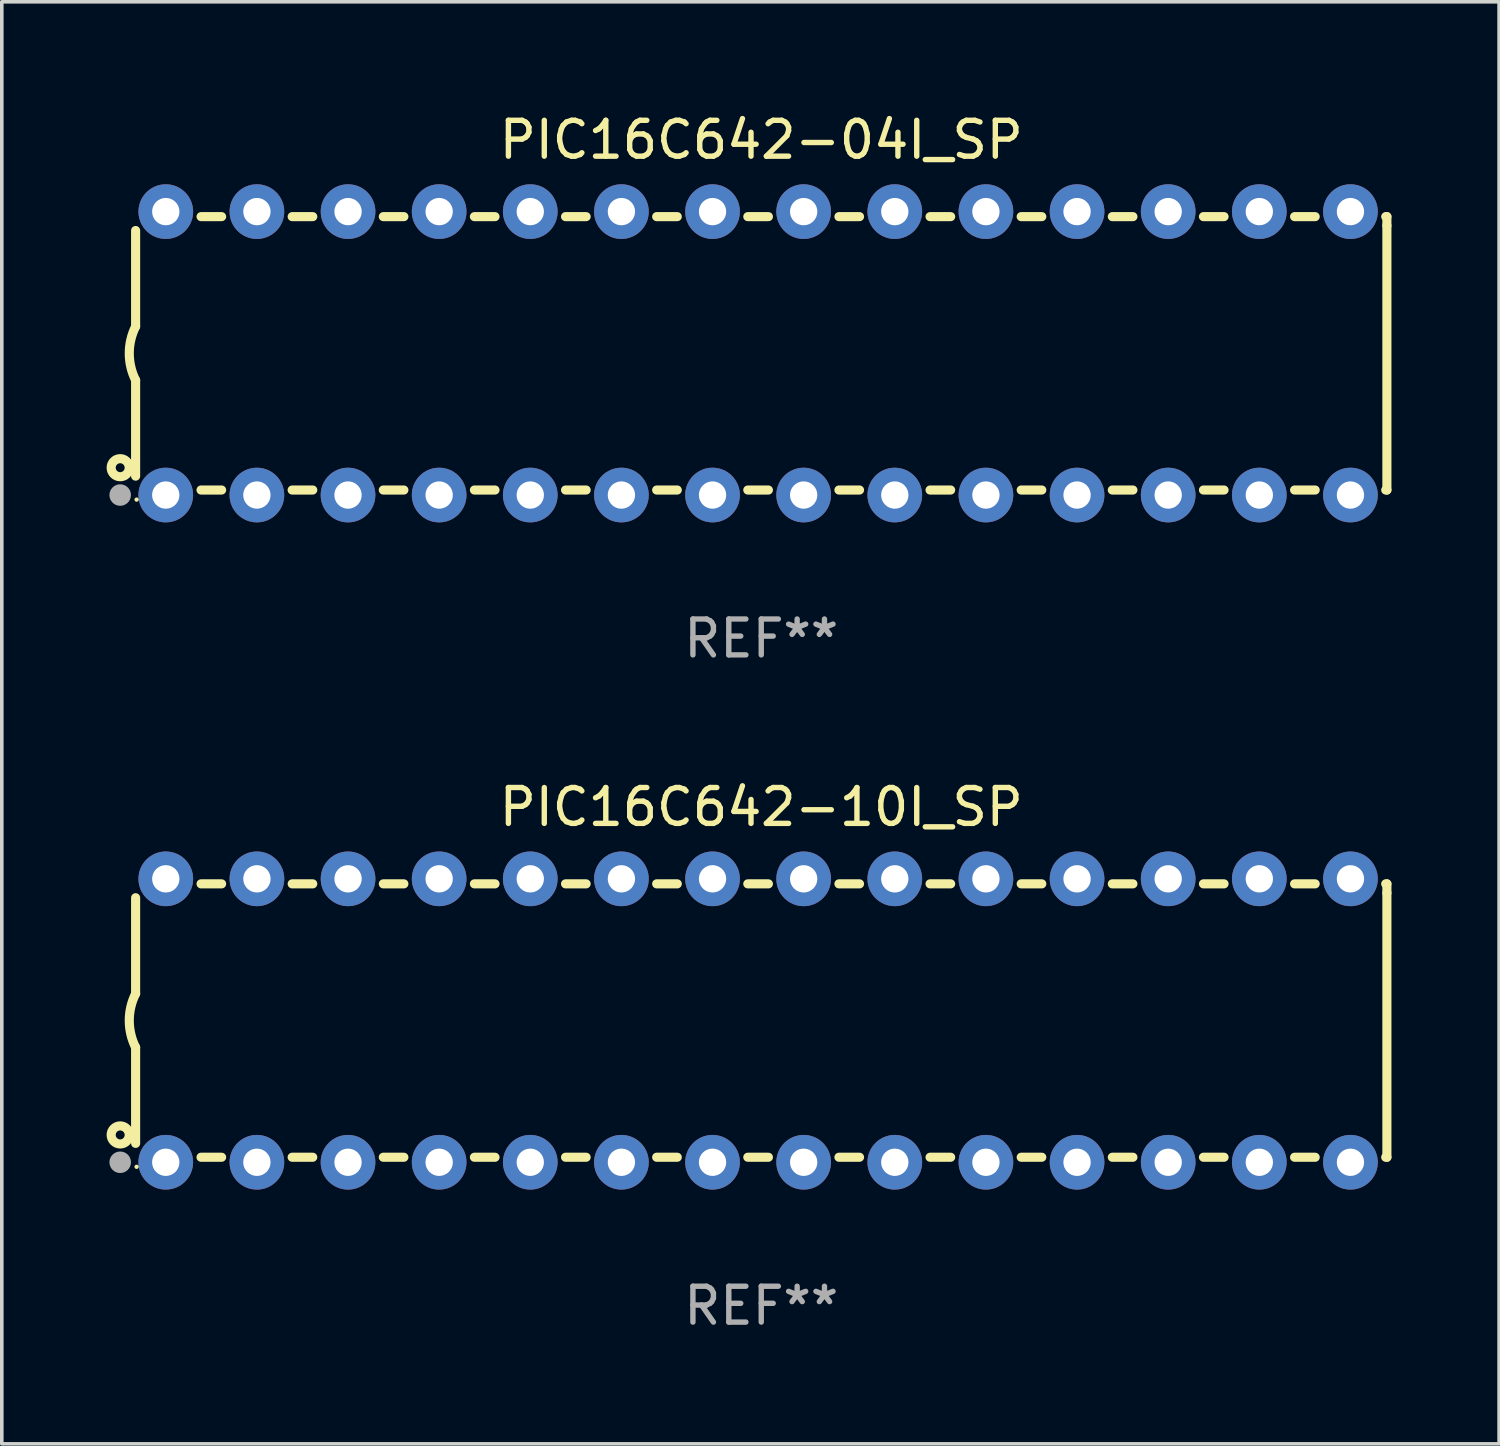
<source format=kicad_pcb>
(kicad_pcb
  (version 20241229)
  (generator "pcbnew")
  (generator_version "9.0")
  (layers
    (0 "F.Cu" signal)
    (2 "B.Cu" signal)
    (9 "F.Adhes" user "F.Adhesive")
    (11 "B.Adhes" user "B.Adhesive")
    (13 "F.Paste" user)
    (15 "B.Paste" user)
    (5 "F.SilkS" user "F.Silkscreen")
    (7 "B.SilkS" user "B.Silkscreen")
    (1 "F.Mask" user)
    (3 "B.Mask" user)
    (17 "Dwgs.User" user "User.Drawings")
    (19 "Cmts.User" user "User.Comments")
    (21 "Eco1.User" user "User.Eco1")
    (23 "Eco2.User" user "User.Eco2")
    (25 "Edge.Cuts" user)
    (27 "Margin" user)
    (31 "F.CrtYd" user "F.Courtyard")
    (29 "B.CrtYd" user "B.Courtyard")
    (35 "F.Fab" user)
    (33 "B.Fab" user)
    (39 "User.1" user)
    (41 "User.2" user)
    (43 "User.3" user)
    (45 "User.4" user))
  (footprint "PIC16C642-10I_SP"
    (layer "F.Cu")
    (at 18.168 25.395)
    (property "Reference" "PIC16C642-10I_SP" (at 0 -5.95 0) (layer "F.SilkS") (effects (font (size 1 1) (thickness 0.15))))
    (attr through_hole)
    (fp_line (start -17.438 0.75) (end -17.438 3.423) (stroke (width 0.254) (type solid)) (layer "F.SilkS"))
    (fp_line (start -17.438 -3.423) (end -17.438 -0.75) (stroke (width 0.254) (type solid)) (layer "F.SilkS"))
    (fp_line (start -15.615 3.81) (end -15.041 3.81) (stroke (width 0.254) (type solid)) (layer "F.SilkS"))
    (fp_line (start -15.041 -3.81) (end -15.614 -3.81) (stroke (width 0.254) (type solid)) (layer "F.SilkS"))
    (fp_line (start -13.075 3.81) (end -12.501 3.81) (stroke (width 0.254) (type solid)) (layer "F.SilkS"))
    (fp_line (start -12.501 -3.81) (end -13.074 -3.81) (stroke (width 0.254) (type solid)) (layer "F.SilkS"))
    (fp_line (start -10.535 3.81) (end -9.961 3.81) (stroke (width 0.254) (type solid)) (layer "F.SilkS"))
    (fp_line (start -9.961 -3.81) (end -10.534 -3.81) (stroke (width 0.254) (type solid)) (layer "F.SilkS"))
    (fp_line (start -7.995 3.81) (end -7.421 3.81) (stroke (width 0.254) (type solid)) (layer "F.SilkS"))
    (fp_line (start -7.421 -3.81) (end -7.995 -3.81) (stroke (width 0.254) (type solid)) (layer "F.SilkS"))
    (fp_line (start -5.455 3.81) (end -4.881 3.81) (stroke (width 0.254) (type solid)) (layer "F.SilkS"))
    (fp_line (start -4.881 -3.81) (end -5.455 -3.81) (stroke (width 0.254) (type solid)) (layer "F.SilkS"))
    (fp_line (start -2.915 3.81) (end -2.341 3.81) (stroke (width 0.254) (type solid)) (layer "F.SilkS"))
    (fp_line (start -2.341 -3.81) (end -2.915 -3.81) (stroke (width 0.254) (type solid)) (layer "F.SilkS"))
    (fp_line (start -0.375 3.81) (end 0.199 3.81) (stroke (width 0.254) (type solid)) (layer "F.SilkS"))
    (fp_line (start 0.199 -3.81) (end -0.375 -3.81) (stroke (width 0.254) (type solid)) (layer "F.SilkS"))
    (fp_line (start 2.165 3.81) (end 2.739 3.81) (stroke (width 0.254) (type solid)) (layer "F.SilkS"))
    (fp_line (start 2.739 -3.81) (end 2.165 -3.81) (stroke (width 0.254) (type solid)) (layer "F.SilkS"))
    (fp_line (start 4.705 3.81) (end 5.279 3.81) (stroke (width 0.254) (type solid)) (layer "F.SilkS"))
    (fp_line (start 5.279 -3.81) (end 4.705 -3.81) (stroke (width 0.254) (type solid)) (layer "F.SilkS"))
    (fp_line (start 7.245 3.81) (end 7.819 3.81) (stroke (width 0.254) (type solid)) (layer "F.SilkS"))
    (fp_line (start 7.819 -3.81) (end 7.245 -3.81) (stroke (width 0.254) (type solid)) (layer "F.SilkS"))
    (fp_line (start 9.785 3.81) (end 10.359 3.81) (stroke (width 0.254) (type solid)) (layer "F.SilkS"))
    (fp_line (start 10.359 -3.81) (end 9.785 -3.81) (stroke (width 0.254) (type solid)) (layer "F.SilkS"))
    (fp_line (start 12.325 3.81) (end 12.899 3.81) (stroke (width 0.254) (type solid)) (layer "F.SilkS"))
    (fp_line (start 12.899 -3.81) (end 12.325 -3.81) (stroke (width 0.254) (type solid)) (layer "F.SilkS"))
    (fp_line (start 14.865 3.81) (end 15.439 3.81) (stroke (width 0.254) (type solid)) (layer "F.SilkS"))
    (fp_line (start 15.439 -3.81) (end 14.865 -3.81) (stroke (width 0.254) (type solid)) (layer "F.SilkS"))
    (fp_line (start 17.405 3.81) (end 17.438 3.81) (stroke (width 0.254) (type solid)) (layer "F.SilkS"))
    (fp_line (start 17.438 -3.81) (end 17.405 -3.81) (stroke (width 0.254) (type solid)) (layer "F.SilkS"))
    (fp_line (start 17.438 -3.556) (end 17.438 -3.81) (stroke (width 0.254) (type solid)) (layer "F.SilkS"))
    (fp_line (start 17.438 3.81) (end 17.438 -3.556) (stroke (width 0.254) (type solid)) (layer "F.SilkS"))
    (fp_arc (start -17.437986 0.749657) (mid -17.614887 -0.000024) (end -17.437783 -0.749657) (stroke (width 0.254001) (type solid)) (layer "F.SilkS"))
    (fp_circle (center -17.868 3.188) (end -17.743 3.188) (stroke (width 0.254) (type solid)) (fill no) (layer "F.SilkS"))
    (fp_circle (center -17.411 4.077) (end -17.381 4.077) (stroke (width 0.06) (type solid)) (fill no) (layer "F.SilkS"))
    (fp_circle (center -17.868 3.95) (end -17.718 3.95) (stroke (width 0.3) (type solid)) (fill no) (layer "F.Fab"))
    (fp_text user "REF**" (at 0 7.95 0) (layer "F.Fab") (effects (font (size 1 1) (thickness 0.15))))
    (pad "1" thru_hole circle (at -16.598 3.95) (size 1.524 1.524) (drill 0.762) (layers "*.Cu" "*.Mask"))
    (pad "2" thru_hole circle (at -14.058 3.95) (size 1.524 1.524) (drill 0.762) (layers "*.Cu" "*.Mask"))
    (pad "3" thru_hole circle (at -11.518 3.95) (size 1.524 1.524) (drill 0.762) (layers "*.Cu" "*.Mask"))
    (pad "4" thru_hole circle (at -8.978 3.95) (size 1.524 1.524) (drill 0.762) (layers "*.Cu" "*.Mask"))
    (pad "5" thru_hole circle (at -6.438 3.95) (size 1.524 1.524) (drill 0.762) (layers "*.Cu" "*.Mask"))
    (pad "6" thru_hole circle (at -3.898 3.95) (size 1.524 1.524) (drill 0.762) (layers "*.Cu" "*.Mask"))
    (pad "7" thru_hole circle (at -1.358 3.95) (size 1.524 1.524) (drill 0.762) (layers "*.Cu" "*.Mask"))
    (pad "8" thru_hole circle (at 1.182 3.95) (size 1.524 1.524) (drill 0.762) (layers "*.Cu" "*.Mask"))
    (pad "9" thru_hole circle (at 3.722 3.95) (size 1.524 1.524) (drill 0.762) (layers "*.Cu" "*.Mask"))
    (pad "10" thru_hole circle (at 6.262 3.95) (size 1.524 1.524) (drill 0.762) (layers "*.Cu" "*.Mask"))
    (pad "11" thru_hole circle (at 8.802 3.95) (size 1.524 1.524) (drill 0.762) (layers "*.Cu" "*.Mask"))
    (pad "12" thru_hole circle (at 11.342 3.95) (size 1.524 1.524) (drill 0.762) (layers "*.Cu" "*.Mask"))
    (pad "13" thru_hole circle (at 13.882 3.95) (size 1.524 1.524) (drill 0.762) (layers "*.Cu" "*.Mask"))
    (pad "14" thru_hole circle (at 16.422 3.95) (size 1.524 1.524) (drill 0.762) (layers "*.Cu" "*.Mask"))
    (pad "15" thru_hole circle (at 16.422 -3.95) (size 1.524 1.524) (drill 0.762) (layers "*.Cu" "*.Mask"))
    (pad "16" thru_hole circle (at 13.882 -3.95) (size 1.524 1.524) (drill 0.762) (layers "*.Cu" "*.Mask"))
    (pad "17" thru_hole circle (at 11.342 -3.95) (size 1.524 1.524) (drill 0.762) (layers "*.Cu" "*.Mask"))
    (pad "18" thru_hole circle (at 8.802 -3.95) (size 1.524 1.524) (drill 0.762) (layers "*.Cu" "*.Mask"))
    (pad "19" thru_hole circle (at 6.262 -3.95) (size 1.524 1.524) (drill 0.762) (layers "*.Cu" "*.Mask"))
    (pad "20" thru_hole circle (at 3.722 -3.95) (size 1.524 1.524) (drill 0.762) (layers "*.Cu" "*.Mask"))
    (pad "21" thru_hole circle (at 1.182 -3.95) (size 1.524 1.524) (drill 0.762) (layers "*.Cu" "*.Mask"))
    (pad "22" thru_hole circle (at -1.358 -3.95) (size 1.524 1.524) (drill 0.762) (layers "*.Cu" "*.Mask"))
    (pad "23" thru_hole circle (at -3.898 -3.95) (size 1.524 1.524) (drill 0.762) (layers "*.Cu" "*.Mask"))
    (pad "24" thru_hole circle (at -6.438 -3.95) (size 1.524 1.524) (drill 0.762) (layers "*.Cu" "*.Mask"))
    (pad "25" thru_hole circle (at -8.978 -3.95) (size 1.524 1.524) (drill 0.762) (layers "*.Cu" "*.Mask"))
    (pad "26" thru_hole circle (at -11.517 -3.95) (size 1.524 1.524) (drill 0.762) (layers "*.Cu" "*.Mask"))
    (pad "27" thru_hole circle (at -14.057 -3.95) (size 1.524 1.524) (drill 0.762) (layers "*.Cu" "*.Mask"))
    (pad "28" thru_hole circle (at -16.597 -3.95) (size 1.524 1.524) (drill 0.762) (layers "*.Cu" "*.Mask")))
  (footprint "PIC16C642-04I_SP"
    (layer "F.Cu")
    (at 18.168 6.798)
    (property "Reference" "PIC16C642-04I_SP" (at 0 -5.95 0) (layer "F.SilkS") (effects (font (size 1 1) (thickness 0.15))))
    (attr through_hole)
    (fp_line (start -17.438 0.75) (end -17.438 3.423) (stroke (width 0.254) (type solid)) (layer "F.SilkS"))
    (fp_line (start -17.438 -3.423) (end -17.438 -0.75) (stroke (width 0.254) (type solid)) (layer "F.SilkS"))
    (fp_line (start -15.615 3.81) (end -15.041 3.81) (stroke (width 0.254) (type solid)) (layer "F.SilkS"))
    (fp_line (start -15.041 -3.81) (end -15.614 -3.81) (stroke (width 0.254) (type solid)) (layer "F.SilkS"))
    (fp_line (start -13.075 3.81) (end -12.501 3.81) (stroke (width 0.254) (type solid)) (layer "F.SilkS"))
    (fp_line (start -12.501 -3.81) (end -13.074 -3.81) (stroke (width 0.254) (type solid)) (layer "F.SilkS"))
    (fp_line (start -10.535 3.81) (end -9.961 3.81) (stroke (width 0.254) (type solid)) (layer "F.SilkS"))
    (fp_line (start -9.961 -3.81) (end -10.534 -3.81) (stroke (width 0.254) (type solid)) (layer "F.SilkS"))
    (fp_line (start -7.995 3.81) (end -7.421 3.81) (stroke (width 0.254) (type solid)) (layer "F.SilkS"))
    (fp_line (start -7.421 -3.81) (end -7.995 -3.81) (stroke (width 0.254) (type solid)) (layer "F.SilkS"))
    (fp_line (start -5.455 3.81) (end -4.881 3.81) (stroke (width 0.254) (type solid)) (layer "F.SilkS"))
    (fp_line (start -4.881 -3.81) (end -5.455 -3.81) (stroke (width 0.254) (type solid)) (layer "F.SilkS"))
    (fp_line (start -2.915 3.81) (end -2.341 3.81) (stroke (width 0.254) (type solid)) (layer "F.SilkS"))
    (fp_line (start -2.341 -3.81) (end -2.915 -3.81) (stroke (width 0.254) (type solid)) (layer "F.SilkS"))
    (fp_line (start -0.375 3.81) (end 0.199 3.81) (stroke (width 0.254) (type solid)) (layer "F.SilkS"))
    (fp_line (start 0.199 -3.81) (end -0.375 -3.81) (stroke (width 0.254) (type solid)) (layer "F.SilkS"))
    (fp_line (start 2.165 3.81) (end 2.739 3.81) (stroke (width 0.254) (type solid)) (layer "F.SilkS"))
    (fp_line (start 2.739 -3.81) (end 2.165 -3.81) (stroke (width 0.254) (type solid)) (layer "F.SilkS"))
    (fp_line (start 4.705 3.81) (end 5.279 3.81) (stroke (width 0.254) (type solid)) (layer "F.SilkS"))
    (fp_line (start 5.279 -3.81) (end 4.705 -3.81) (stroke (width 0.254) (type solid)) (layer "F.SilkS"))
    (fp_line (start 7.245 3.81) (end 7.819 3.81) (stroke (width 0.254) (type solid)) (layer "F.SilkS"))
    (fp_line (start 7.819 -3.81) (end 7.245 -3.81) (stroke (width 0.254) (type solid)) (layer "F.SilkS"))
    (fp_line (start 9.785 3.81) (end 10.359 3.81) (stroke (width 0.254) (type solid)) (layer "F.SilkS"))
    (fp_line (start 10.359 -3.81) (end 9.785 -3.81) (stroke (width 0.254) (type solid)) (layer "F.SilkS"))
    (fp_line (start 12.325 3.81) (end 12.899 3.81) (stroke (width 0.254) (type solid)) (layer "F.SilkS"))
    (fp_line (start 12.899 -3.81) (end 12.325 -3.81) (stroke (width 0.254) (type solid)) (layer "F.SilkS"))
    (fp_line (start 14.865 3.81) (end 15.439 3.81) (stroke (width 0.254) (type solid)) (layer "F.SilkS"))
    (fp_line (start 15.439 -3.81) (end 14.865 -3.81) (stroke (width 0.254) (type solid)) (layer "F.SilkS"))
    (fp_line (start 17.405 3.81) (end 17.438 3.81) (stroke (width 0.254) (type solid)) (layer "F.SilkS"))
    (fp_line (start 17.438 -3.81) (end 17.405 -3.81) (stroke (width 0.254) (type solid)) (layer "F.SilkS"))
    (fp_line (start 17.438 -3.556) (end 17.438 -3.81) (stroke (width 0.254) (type solid)) (layer "F.SilkS"))
    (fp_line (start 17.438 3.81) (end 17.438 -3.556) (stroke (width 0.254) (type solid)) (layer "F.SilkS"))
    (fp_arc (start -17.437986 0.749657) (mid -17.614887 -0.000024) (end -17.437783 -0.749657) (stroke (width 0.254001) (type solid)) (layer "F.SilkS"))
    (fp_circle (center -17.868 3.188) (end -17.743 3.188) (stroke (width 0.254) (type solid)) (fill no) (layer "F.SilkS"))
    (fp_circle (center -17.411 4.077) (end -17.381 4.077) (stroke (width 0.06) (type solid)) (fill no) (layer "F.SilkS"))
    (fp_circle (center -17.868 3.95) (end -17.718 3.95) (stroke (width 0.3) (type solid)) (fill no) (layer "F.Fab"))
    (fp_text user "REF**" (at 0 7.95 0) (layer "F.Fab") (effects (font (size 1 1) (thickness 0.15))))
    (pad "1" thru_hole circle (at -16.598 3.95) (size 1.524 1.524) (drill 0.762) (layers "*.Cu" "*.Mask"))
    (pad "2" thru_hole circle (at -14.058 3.95) (size 1.524 1.524) (drill 0.762) (layers "*.Cu" "*.Mask"))
    (pad "3" thru_hole circle (at -11.518 3.95) (size 1.524 1.524) (drill 0.762) (layers "*.Cu" "*.Mask"))
    (pad "4" thru_hole circle (at -8.978 3.95) (size 1.524 1.524) (drill 0.762) (layers "*.Cu" "*.Mask"))
    (pad "5" thru_hole circle (at -6.438 3.95) (size 1.524 1.524) (drill 0.762) (layers "*.Cu" "*.Mask"))
    (pad "6" thru_hole circle (at -3.898 3.95) (size 1.524 1.524) (drill 0.762) (layers "*.Cu" "*.Mask"))
    (pad "7" thru_hole circle (at -1.358 3.95) (size 1.524 1.524) (drill 0.762) (layers "*.Cu" "*.Mask"))
    (pad "8" thru_hole circle (at 1.182 3.95) (size 1.524 1.524) (drill 0.762) (layers "*.Cu" "*.Mask"))
    (pad "9" thru_hole circle (at 3.722 3.95) (size 1.524 1.524) (drill 0.762) (layers "*.Cu" "*.Mask"))
    (pad "10" thru_hole circle (at 6.262 3.95) (size 1.524 1.524) (drill 0.762) (layers "*.Cu" "*.Mask"))
    (pad "11" thru_hole circle (at 8.802 3.95) (size 1.524 1.524) (drill 0.762) (layers "*.Cu" "*.Mask"))
    (pad "12" thru_hole circle (at 11.342 3.95) (size 1.524 1.524) (drill 0.762) (layers "*.Cu" "*.Mask"))
    (pad "13" thru_hole circle (at 13.882 3.95) (size 1.524 1.524) (drill 0.762) (layers "*.Cu" "*.Mask"))
    (pad "14" thru_hole circle (at 16.422 3.95) (size 1.524 1.524) (drill 0.762) (layers "*.Cu" "*.Mask"))
    (pad "15" thru_hole circle (at 16.422 -3.95) (size 1.524 1.524) (drill 0.762) (layers "*.Cu" "*.Mask"))
    (pad "16" thru_hole circle (at 13.882 -3.95) (size 1.524 1.524) (drill 0.762) (layers "*.Cu" "*.Mask"))
    (pad "17" thru_hole circle (at 11.342 -3.95) (size 1.524 1.524) (drill 0.762) (layers "*.Cu" "*.Mask"))
    (pad "18" thru_hole circle (at 8.802 -3.95) (size 1.524 1.524) (drill 0.762) (layers "*.Cu" "*.Mask"))
    (pad "19" thru_hole circle (at 6.262 -3.95) (size 1.524 1.524) (drill 0.762) (layers "*.Cu" "*.Mask"))
    (pad "20" thru_hole circle (at 3.722 -3.95) (size 1.524 1.524) (drill 0.762) (layers "*.Cu" "*.Mask"))
    (pad "21" thru_hole circle (at 1.182 -3.95) (size 1.524 1.524) (drill 0.762) (layers "*.Cu" "*.Mask"))
    (pad "22" thru_hole circle (at -1.358 -3.95) (size 1.524 1.524) (drill 0.762) (layers "*.Cu" "*.Mask"))
    (pad "23" thru_hole circle (at -3.898 -3.95) (size 1.524 1.524) (drill 0.762) (layers "*.Cu" "*.Mask"))
    (pad "24" thru_hole circle (at -6.438 -3.95) (size 1.524 1.524) (drill 0.762) (layers "*.Cu" "*.Mask"))
    (pad "25" thru_hole circle (at -8.978 -3.95) (size 1.524 1.524) (drill 0.762) (layers "*.Cu" "*.Mask"))
    (pad "26" thru_hole circle (at -11.517 -3.95) (size 1.524 1.524) (drill 0.762) (layers "*.Cu" "*.Mask"))
    (pad "27" thru_hole circle (at -14.057 -3.95) (size 1.524 1.524) (drill 0.762) (layers "*.Cu" "*.Mask"))
    (pad "28" thru_hole circle (at -16.597 -3.95) (size 1.524 1.524) (drill 0.762) (layers "*.Cu" "*.Mask")))
  (gr_rect
    (start -3 -3)
    (end 38.733 37.193)
    (stroke (width 0.1) (type default))
    (fill no)
    (layer "Edge.Cuts")))
</source>
